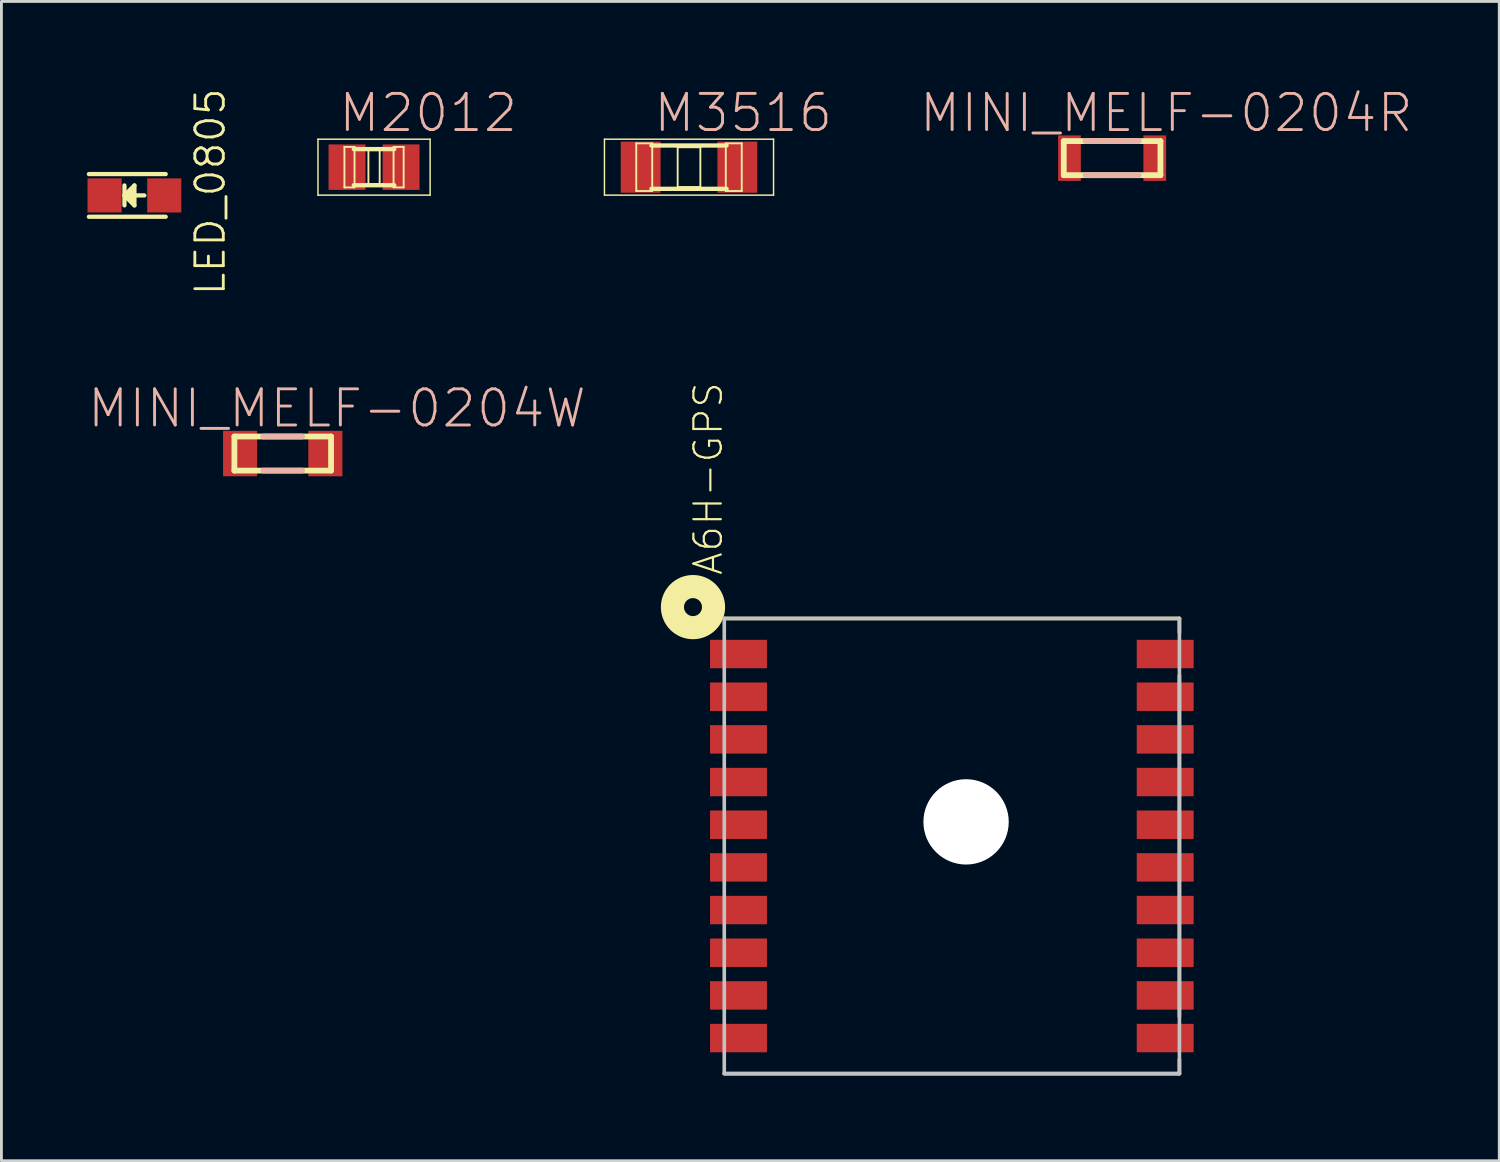
<source format=kicad_pcb>
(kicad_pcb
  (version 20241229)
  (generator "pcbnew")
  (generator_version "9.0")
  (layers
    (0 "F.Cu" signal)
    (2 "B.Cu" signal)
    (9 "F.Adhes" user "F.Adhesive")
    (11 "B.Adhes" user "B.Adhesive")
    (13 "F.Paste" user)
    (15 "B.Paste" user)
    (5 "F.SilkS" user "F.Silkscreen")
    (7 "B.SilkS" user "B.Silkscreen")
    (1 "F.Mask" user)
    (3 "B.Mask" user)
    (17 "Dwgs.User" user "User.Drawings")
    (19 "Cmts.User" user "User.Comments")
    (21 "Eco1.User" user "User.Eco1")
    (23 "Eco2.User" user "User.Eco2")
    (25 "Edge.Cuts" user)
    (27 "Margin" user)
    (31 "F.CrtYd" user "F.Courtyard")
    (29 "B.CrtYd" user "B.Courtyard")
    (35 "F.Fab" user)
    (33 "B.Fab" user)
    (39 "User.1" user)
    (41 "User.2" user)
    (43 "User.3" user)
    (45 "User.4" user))
  (footprint "M2012"
    (layer "F.Cu")
    (at 10.099 2.826)
    (property "Reference" "M2012" (at 1.905 -1.905 0) (layer "B.SilkS") (effects (font (size 1.27 1.27) (thickness 0.102))))
    (attr smd)
    (fp_line (start -1.971 -0.983) (end 1.971 -0.983) (stroke (width 0.051) (type solid)) (layer "F.SilkS"))
    (fp_line (start -1.971 0.983) (end -1.971 -0.983) (stroke (width 0.051) (type solid)) (layer "F.SilkS"))
    (fp_line (start -1.041 -0.711) (end -0.686 -0.711) (stroke (width 0.066) (type solid)) (layer "F.SilkS"))
    (fp_line (start -1.041 0.711) (end -1.041 -0.711) (stroke (width 0.066) (type solid)) (layer "F.SilkS"))
    (fp_line (start -1.041 0.711) (end -0.686 0.711) (stroke (width 0.066) (type solid)) (layer "F.SilkS"))
    (fp_line (start -0.686 0.711) (end -0.686 -0.711) (stroke (width 0.066) (type solid)) (layer "F.SilkS"))
    (fp_line (start -0.198 -0.599) (end 0.198 -0.599) (stroke (width 0.066) (type solid)) (layer "F.SilkS"))
    (fp_line (start -0.198 0.599) (end -0.198 -0.599) (stroke (width 0.066) (type solid)) (layer "F.SilkS"))
    (fp_line (start -0.198 0.599) (end 0.198 0.599) (stroke (width 0.066) (type solid)) (layer "F.SilkS"))
    (fp_line (start 0.198 0.599) (end 0.198 -0.599) (stroke (width 0.066) (type solid)) (layer "F.SilkS"))
    (fp_line (start 0.686 -0.711) (end 1.041 -0.711) (stroke (width 0.066) (type solid)) (layer "F.SilkS"))
    (fp_line (start 0.686 0.711) (end 0.686 -0.711) (stroke (width 0.066) (type solid)) (layer "F.SilkS"))
    (fp_line (start 0.686 0.711) (end 1.041 0.711) (stroke (width 0.066) (type solid)) (layer "F.SilkS"))
    (fp_line (start 0.711 -0.635) (end -0.711 -0.635) (stroke (width 0.152) (type solid)) (layer "F.SilkS"))
    (fp_line (start 0.711 0.635) (end -0.711 0.635) (stroke (width 0.152) (type solid)) (layer "F.SilkS"))
    (fp_line (start 1.041 0.711) (end 1.041 -0.711) (stroke (width 0.066) (type solid)) (layer "F.SilkS"))
    (fp_line (start 1.971 -0.983) (end 1.971 0.983) (stroke (width 0.051) (type solid)) (layer "F.SilkS"))
    (fp_line (start 1.971 0.983) (end -1.971 0.983) (stroke (width 0.051) (type solid)) (layer "F.SilkS"))
    (pad "1" smd rect (at -0.95 0) (size 1.298 1.598) (layers "F.Cu" "F.Mask" "F.Paste"))
    (pad "2" smd rect (at 0.95 0) (size 1.298 1.598) (layers "F.Cu" "F.Mask" "F.Paste")))
  (footprint "M3516"
    (layer "F.Cu")
    (at 21.171 2.826)
    (property "Reference" "M3516" (at 1.905 -1.905 0) (layer "B.SilkS") (effects (font (size 1.27 1.27) (thickness 0.102))))
    (attr smd)
    (fp_line (start -2.972 -0.983) (end 2.972 -0.983) (stroke (width 0.051) (type solid)) (layer "F.SilkS"))
    (fp_line (start -2.972 0.983) (end -2.972 -0.983) (stroke (width 0.051) (type solid)) (layer "F.SilkS"))
    (fp_line (start -1.854 -0.838) (end -1.293 -0.838) (stroke (width 0.066) (type solid)) (layer "F.SilkS"))
    (fp_line (start -1.854 0.838) (end -1.854 -0.838) (stroke (width 0.066) (type solid)) (layer "F.SilkS"))
    (fp_line (start -1.854 0.838) (end -1.293 0.838) (stroke (width 0.066) (type solid)) (layer "F.SilkS"))
    (fp_line (start -1.293 0.838) (end -1.293 -0.838) (stroke (width 0.066) (type solid)) (layer "F.SilkS"))
    (fp_line (start -0.399 -0.699) (end 0.399 -0.699) (stroke (width 0.066) (type solid)) (layer "F.SilkS"))
    (fp_line (start -0.399 0.699) (end -0.399 -0.699) (stroke (width 0.066) (type solid)) (layer "F.SilkS"))
    (fp_line (start -0.399 0.699) (end 0.399 0.699) (stroke (width 0.066) (type solid)) (layer "F.SilkS"))
    (fp_line (start 0.399 0.699) (end 0.399 -0.699) (stroke (width 0.066) (type solid)) (layer "F.SilkS"))
    (fp_line (start 1.293 -0.838) (end 1.854 -0.838) (stroke (width 0.066) (type solid)) (layer "F.SilkS"))
    (fp_line (start 1.293 0.838) (end 1.293 -0.838) (stroke (width 0.066) (type solid)) (layer "F.SilkS"))
    (fp_line (start 1.293 0.838) (end 1.854 0.838) (stroke (width 0.066) (type solid)) (layer "F.SilkS"))
    (fp_line (start 1.321 -0.762) (end -1.321 -0.762) (stroke (width 0.152) (type solid)) (layer "F.SilkS"))
    (fp_line (start 1.321 0.762) (end -1.321 0.762) (stroke (width 0.152) (type solid)) (layer "F.SilkS"))
    (fp_line (start 1.854 0.838) (end 1.854 -0.838) (stroke (width 0.066) (type solid)) (layer "F.SilkS"))
    (fp_line (start 2.972 -0.983) (end 2.972 0.983) (stroke (width 0.051) (type solid)) (layer "F.SilkS"))
    (fp_line (start 2.972 0.983) (end -2.972 0.983) (stroke (width 0.051) (type solid)) (layer "F.SilkS"))
    (pad "1" smd rect (at -1.699 0) (size 1.4 1.798) (layers "F.Cu" "F.Mask" "F.Paste"))
    (pad "2" smd rect (at 1.699 0) (size 1.4 1.798) (layers "F.Cu" "F.Mask" "F.Paste")))
  (footprint "MINI_MELF-0204W"
    (layer "F.Cu")
    (at 6.889 12.894)
    (property "Reference" "MINI_MELF-0204W" (at 1.905 -1.587 0) (layer "B.SilkS") (effects (font (size 1.27 1.27) (thickness 0.102))))
    (attr smd)
    (fp_line (start -1.699 -0.599) (end -1.699 0.599) (stroke (width 0.203) (type solid)) (layer "F.SilkS"))
    (fp_line (start -1.699 0.599) (end 1.699 0.599) (stroke (width 0.203) (type solid)) (layer "F.SilkS"))
    (fp_line (start 1.699 -0.599) (end -1.699 -0.599) (stroke (width 0.203) (type solid)) (layer "F.SilkS"))
    (fp_line (start 1.699 0.599) (end 1.699 -0.599) (stroke (width 0.203) (type solid)) (layer "F.SilkS"))
    (fp_line (start -0.683 0.599) (end 0.683 0.599) (stroke (width 0.203) (type solid)) (layer "B.SilkS"))
    (fp_line (start 0.683 -0.599) (end -0.683 -0.599) (stroke (width 0.203) (type solid)) (layer "B.SilkS"))
    (pad "1" smd rect (at -1.499 0) (size 1.199 1.598) (layers "F.Cu" "F.Mask" "F.Paste"))
    (pad "2" smd rect (at 1.499 0) (size 1.199 1.598) (layers "F.Cu" "F.Mask" "F.Paste")))
  (footprint "LED_0805"
    (layer "F.Cu")
    (at 1.675 3.82)
    (property "Reference" "LED_0805" (at 2.667 -0.127 90) (layer "F.SilkS") (effects (font (size 1 1) (thickness 0.1))))
    (attr smd)
    (fp_line (start -1.6 -0.75) (end 1.1 -0.75) (stroke (width 0.15) (type solid)) (layer "F.SilkS"))
    (fp_line (start -1.6 0.75) (end 1.1 0.75) (stroke (width 0.15) (type solid)) (layer "F.SilkS"))
    (fp_line (start -0.35 -0.35) (end -0.35 0.35) (stroke (width 0.15) (type solid)) (layer "F.SilkS"))
    (fp_line (start -0.35 0) (end 0 -0.35) (stroke (width 0.15) (type solid)) (layer "F.SilkS"))
    (fp_line (start -0.1 -0.1) (end -0.25 0.05) (stroke (width 0.15) (type solid)) (layer "F.SilkS"))
    (fp_line (start -0.1 0.15) (end -0.1 -0.1) (stroke (width 0.15) (type solid)) (layer "F.SilkS"))
    (fp_line (start 0 -0.35) (end 0 0.35) (stroke (width 0.15) (type solid)) (layer "F.SilkS"))
    (fp_line (start 0 0) (end 0.35 0) (stroke (width 0.15) (type solid)) (layer "F.SilkS"))
    (fp_line (start 0 0.35) (end -0.35 0) (stroke (width 0.15) (type solid)) (layer "F.SilkS"))
    (pad "1" smd rect (at -1.049 0 180) (size 1.199 1.199) (layers "F.Cu" "F.Mask" "F.Paste"))
    (pad "2" smd rect (at 1.049 0 180) (size 1.199 1.199) (layers "F.Cu" "F.Mask" "F.Paste")))
  (footprint "MINI_MELF-0204R"
    (layer "F.Cu")
    (at 36.045 2.509)
    (property "Reference" "MINI_MELF-0204R" (at 1.905 -1.587 0) (layer "B.SilkS") (effects (font (size 1.27 1.27) (thickness 0.102))))
    (attr smd)
    (fp_line (start -1.699 -0.599) (end -1.699 0.599) (stroke (width 0.203) (type solid)) (layer "F.SilkS"))
    (fp_line (start -1.699 0.599) (end 1.699 0.599) (stroke (width 0.203) (type solid)) (layer "F.SilkS"))
    (fp_line (start 1.699 -0.599) (end -1.699 -0.599) (stroke (width 0.203) (type solid)) (layer "F.SilkS"))
    (fp_line (start 1.699 0.599) (end 1.699 -0.599) (stroke (width 0.203) (type solid)) (layer "F.SilkS"))
    (fp_line (start -0.937 0.599) (end 0.937 0.599) (stroke (width 0.203) (type solid)) (layer "B.SilkS"))
    (fp_line (start 0.937 -0.599) (end -0.937 -0.599) (stroke (width 0.203) (type solid)) (layer "B.SilkS"))
    (pad "1" smd rect (at -1.499 0) (size 0.798 1.598) (layers "F.Cu" "F.Mask" "F.Paste"))
    (pad "2" smd rect (at 1.499 0) (size 0.798 1.598) (layers "F.Cu" "F.Mask" "F.Paste")))
  (footprint "PA6H-GPS"
    (layer "F.Cu")
    (at 30.411 26.692)
    (property "Reference" "PA6H-GPS" (at -8 -8.5 270) (layer "F.SilkS") (effects (font (size 0.965 0.965) (thickness 0.077)) (justify left bottom)))
    (attr through_hole)
    (fp_line (start -8 -8) (end 8 -8) (stroke (width 0.127) (type solid)) (layer "F.SilkS"))
    (fp_line (start 8 -8) (end 8 -7.5) (stroke (width 0.127) (type solid)) (layer "F.SilkS"))
    (fp_line (start 8 -6) (end 8 6) (stroke (width 0.127) (type solid)) (layer "F.SilkS"))
    (fp_line (start 8 7.5) (end 8 8) (stroke (width 0.127) (type solid)) (layer "F.SilkS"))
    (fp_line (start 8 8) (end -8 8) (stroke (width 0.127) (type solid)) (layer "F.SilkS"))
    (fp_circle (center -9.1 -8.4) (end -8.784 -8.4) (stroke (width 0.813) (type solid)) (fill no) (layer "F.SilkS"))
    (fp_line (start -8 -8) (end 8 -8) (stroke (width 0.127) (type solid)) (layer "Dwgs.User"))
    (fp_line (start -8 8) (end -8 -8) (stroke (width 0.127) (type solid)) (layer "Dwgs.User"))
    (fp_line (start 8 -8) (end 8 8) (stroke (width 0.127) (type solid)) (layer "Dwgs.User"))
    (fp_line (start 8 8) (end -8 8) (stroke (width 0.127) (type solid)) (layer "Dwgs.User"))
    (fp_circle (center 0.5 -0.85) (end 1 -0.85) (stroke (width 0.813) (type solid)) (fill no) (layer "Dwgs.User"))
    (pad "" np_thru_hole circle (at 0.5 -0.85) (size 3 3) (drill 3) (layers "*.Cu"))
    (pad "1" smd rect (at -7.5 -6.75) (size 2 1) (layers "F.Cu" "F.Mask" "F.Paste"))
    (pad "2" smd rect (at -7.5 -5.25) (size 2 1) (layers "F.Cu" "F.Mask" "F.Paste"))
    (pad "3" smd rect (at -7.5 -3.75) (size 2 1) (layers "F.Cu" "F.Mask" "F.Paste"))
    (pad "4" smd rect (at -7.5 -2.25) (size 2 1) (layers "F.Cu" "F.Mask" "F.Paste"))
    (pad "5" smd rect (at -7.5 -0.75) (size 2 1) (layers "F.Cu" "F.Mask" "F.Paste"))
    (pad "6" smd rect (at -7.5 0.75) (size 2 1) (layers "F.Cu" "F.Mask" "F.Paste"))
    (pad "7" smd rect (at -7.5 2.25) (size 2 1) (layers "F.Cu" "F.Mask" "F.Paste"))
    (pad "8" smd rect (at -7.5 3.75) (size 2 1) (layers "F.Cu" "F.Mask" "F.Paste"))
    (pad "9" smd rect (at -7.5 5.25) (size 2 1) (layers "F.Cu" "F.Mask" "F.Paste"))
    (pad "10" smd rect (at -7.5 6.75) (size 2 1) (layers "F.Cu" "F.Mask" "F.Paste"))
    (pad "11" smd rect (at 7.5 6.75 180) (size 2 1) (layers "F.Cu" "F.Mask" "F.Paste"))
    (pad "12" smd rect (at 7.5 5.25 180) (size 2 1) (layers "F.Cu" "F.Mask" "F.Paste"))
    (pad "13" smd rect (at 7.5 3.75 180) (size 2 1) (layers "F.Cu" "F.Mask" "F.Paste"))
    (pad "14" smd rect (at 7.5 2.25 180) (size 2 1) (layers "F.Cu" "F.Mask" "F.Paste"))
    (pad "15" smd rect (at 7.5 0.75 180) (size 2 1) (layers "F.Cu" "F.Mask" "F.Paste"))
    (pad "16" smd rect (at 7.5 -0.75 180) (size 2 1) (layers "F.Cu" "F.Mask" "F.Paste"))
    (pad "17" smd rect (at 7.5 -2.25 180) (size 2 1) (layers "F.Cu" "F.Mask" "F.Paste"))
    (pad "18" smd rect (at 7.5 -3.75 180) (size 2 1) (layers "F.Cu" "F.Mask" "F.Paste"))
    (pad "19" smd rect (at 7.5 -5.25 180) (size 2 1) (layers "F.Cu" "F.Mask" "F.Paste"))
    (pad "20" smd rect (at 7.5 -6.75 180) (size 2 1) (layers "F.Cu" "F.Mask" "F.Paste")))
  (gr_rect
    (start -3 -3)
    (end 49.654 37.755)
    (stroke (width 0.1) (type default))
    (fill no)
    (layer "Edge.Cuts")))
</source>
